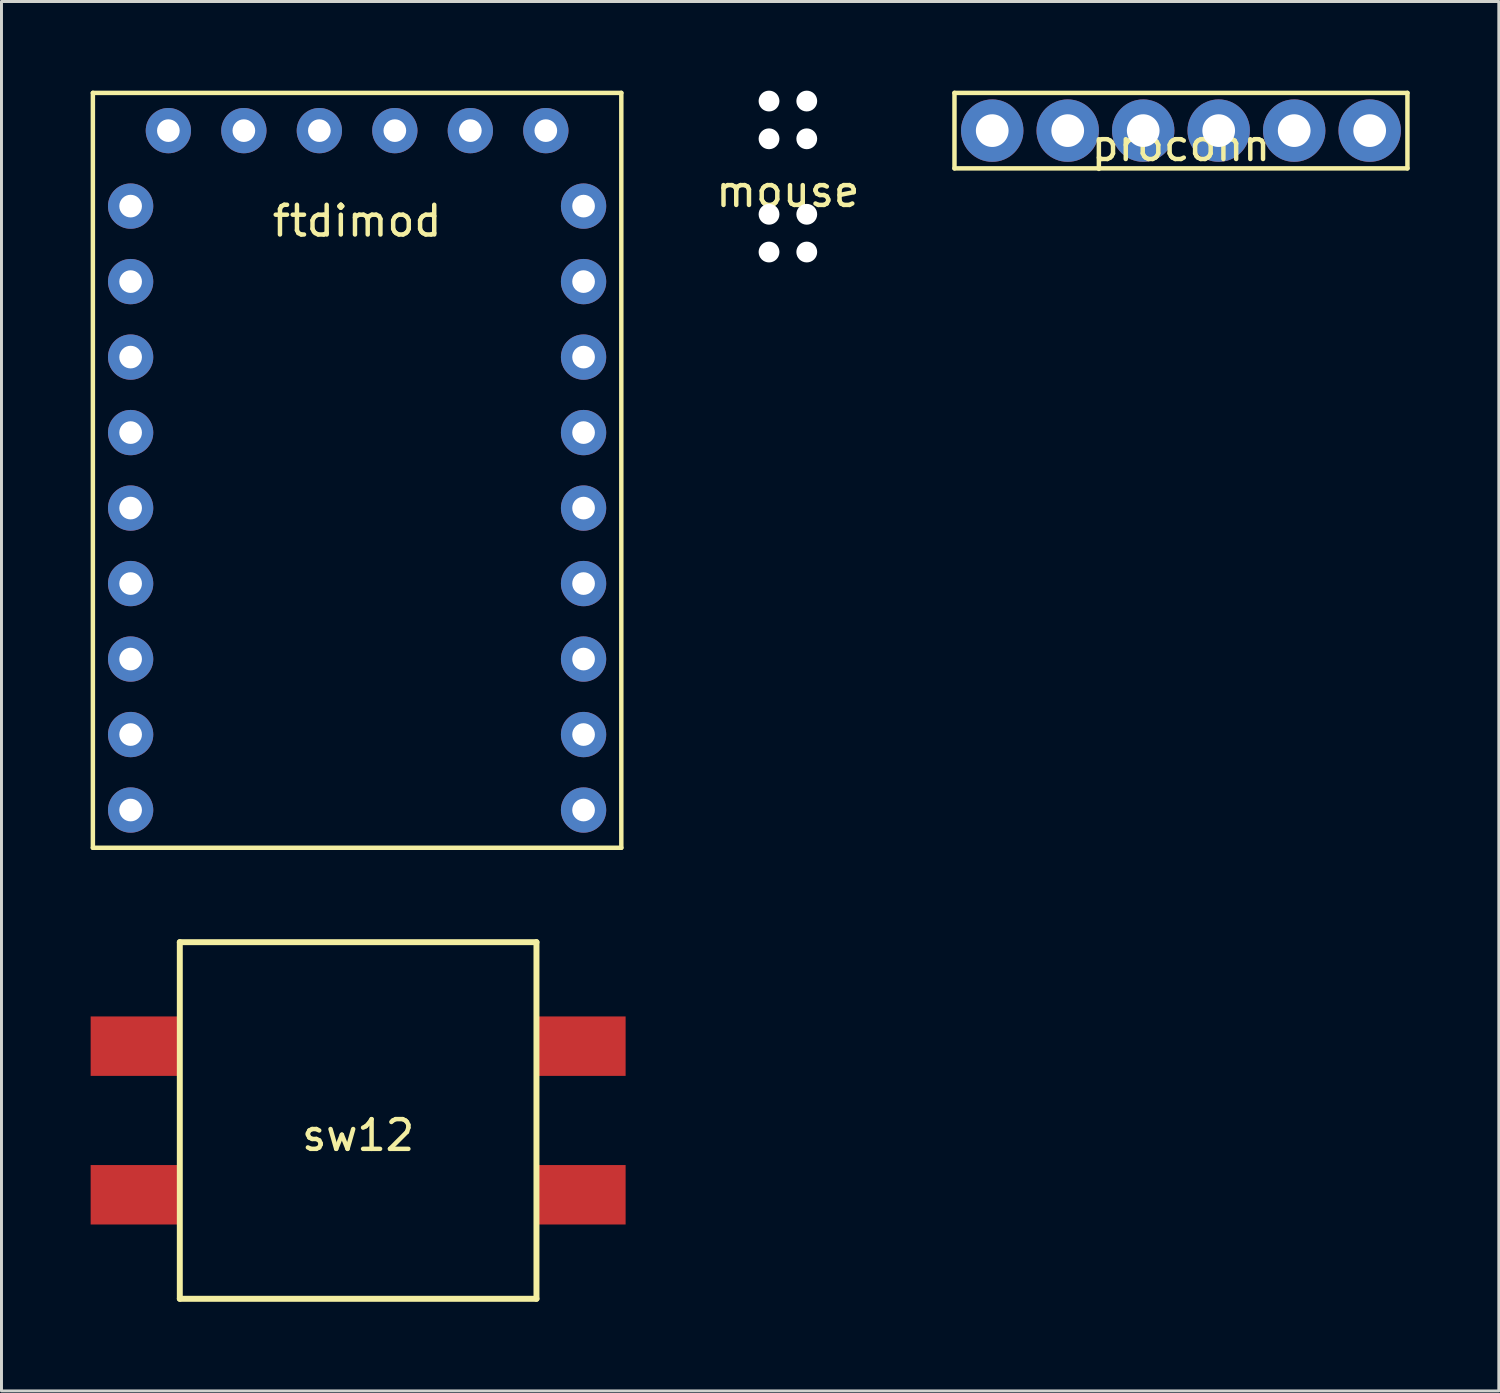
<source format=kicad_pcb>
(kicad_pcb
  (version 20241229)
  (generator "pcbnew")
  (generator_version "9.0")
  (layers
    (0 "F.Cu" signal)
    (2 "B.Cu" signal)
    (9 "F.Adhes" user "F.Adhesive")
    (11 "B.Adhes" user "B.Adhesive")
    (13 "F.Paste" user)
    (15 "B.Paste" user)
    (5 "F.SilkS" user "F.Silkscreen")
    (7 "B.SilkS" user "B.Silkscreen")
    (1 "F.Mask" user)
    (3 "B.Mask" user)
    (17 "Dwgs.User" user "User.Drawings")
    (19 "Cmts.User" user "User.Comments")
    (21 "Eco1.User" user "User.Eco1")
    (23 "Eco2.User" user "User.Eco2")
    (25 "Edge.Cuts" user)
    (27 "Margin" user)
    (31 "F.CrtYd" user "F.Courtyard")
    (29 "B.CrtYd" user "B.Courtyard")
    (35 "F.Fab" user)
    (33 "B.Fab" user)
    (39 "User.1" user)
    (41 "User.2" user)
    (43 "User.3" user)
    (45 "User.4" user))
  (footprint "proconn"
    (layer "F.Cu")
    (at 36.685 1.345)
    (property "Reference" "proconn" (at 0 0.5 0) (layer "F.SilkS") (effects (font (size 1 1) (thickness 0.15))))
    (attr through_hole)
    (fp_line (start -7.62 -1.27) (end 7.62 -1.27) (stroke (width 0.15) (type solid)) (layer "F.SilkS"))
    (fp_line (start -7.62 1.27) (end -7.62 -1.27) (stroke (width 0.15) (type solid)) (layer "F.SilkS"))
    (fp_line (start 7.62 -1.27) (end 7.62 1.27) (stroke (width 0.15) (type solid)) (layer "F.SilkS"))
    (fp_line (start 7.62 1.27) (end -7.62 1.27) (stroke (width 0.15) (type solid)) (layer "F.SilkS"))
    (pad "1" thru_hole circle (at -6.35 0 90) (size 2.1 2.1) (drill 1.1) (layers "*.Cu" "*.Mask"))
    (pad "2" thru_hole circle (at -3.81 0 90) (size 2.1 2.1) (drill 1.1) (layers "*.Cu" "*.Mask"))
    (pad "3" thru_hole circle (at -1.27 0 90) (size 2.1 2.1) (drill 1.1) (layers "*.Cu" "*.Mask"))
    (pad "4" thru_hole circle (at 1.27 0 90) (size 2.1 2.1) (drill 1.1) (layers "*.Cu" "*.Mask"))
    (pad "5" thru_hole circle (at 3.81 0 90) (size 2.1 2.1) (drill 1.1) (layers "*.Cu" "*.Mask"))
    (pad "6" thru_hole circle (at 6.35 0 90) (size 2.1 2.1) (drill 1.1) (layers "*.Cu" "*.Mask")))
  (footprint "sw12"
    (layer "F.Cu")
    (at 9 34.65)
    (property "Reference" "sw12" (at 0 0.5 0) (layer "F.SilkS") (effects (font (size 1 1) (thickness 0.15))))
    (attr through_hole)
    (fp_line (start -6 -6) (end 6 -6) (stroke (width 0.2) (type solid)) (layer "F.SilkS"))
    (fp_line (start -6 6) (end -6 -6) (stroke (width 0.2) (type solid)) (layer "F.SilkS"))
    (fp_line (start 6 -6) (end 6 6) (stroke (width 0.2) (type solid)) (layer "F.SilkS"))
    (fp_line (start 6 6) (end -6 6) (stroke (width 0.2) (type solid)) (layer "F.SilkS"))
    (pad "1" smd rect (at -7.5 -2.5) (size 3 2) (layers "F.Cu" "F.Mask" "F.Paste"))
    (pad "2" smd rect (at -7.5 2.5) (size 3 2) (layers "F.Cu" "F.Mask" "F.Paste"))
    (pad "3" smd rect (at 7.5 2.5) (size 3 2) (layers "F.Cu" "F.Mask" "F.Paste"))
    (pad "4" smd rect (at 7.5 -2.5) (size 3 2) (layers "F.Cu" "F.Mask" "F.Paste")))
  (footprint "mouse"
    (layer "F.Cu")
    (at 23.46 2.89)
    (property "Reference" "mouse" (at 0 0.5 0) (layer "F.SilkS") (effects (font (size 1 1) (thickness 0.15))))
    (attr through_hole)
    (pad "" np_thru_hole circle (at -0.635 -2.54) (size 0.7 0.7) (drill 0.7) (layers "*.Cu" "*.Mask"))
    (pad "" np_thru_hole circle (at -0.635 -1.27) (size 0.7 0.7) (drill 0.7) (layers "*.Cu" "*.Mask"))
    (pad "" np_thru_hole circle (at -0.635 1.27) (size 0.7 0.7) (drill 0.7) (layers "*.Cu" "*.Mask"))
    (pad "" np_thru_hole circle (at -0.635 2.54) (size 0.7 0.7) (drill 0.7) (layers "*.Cu" "*.Mask"))
    (pad "" np_thru_hole circle (at 0.635 -2.54) (size 0.7 0.7) (drill 0.7) (layers "*.Cu" "*.Mask"))
    (pad "" np_thru_hole circle (at 0.635 -1.27) (size 0.7 0.7) (drill 0.7) (layers "*.Cu" "*.Mask"))
    (pad "" np_thru_hole circle (at 0.635 1.27) (size 0.7 0.7) (drill 0.7) (layers "*.Cu" "*.Mask"))
    (pad "" np_thru_hole circle (at 0.635 2.54) (size 0.7 0.7) (drill 0.7) (layers "*.Cu" "*.Mask")))
  (footprint "ftdimod"
    (layer "F.Cu")
    (at 8.965 3.885)
    (property "Reference" "ftdimod" (at 0 0.5 0) (layer "F.SilkS") (effects (font (size 1 1) (thickness 0.15))))
    (attr through_hole)
    (fp_line (start -8.89 -3.81) (end 8.89 -3.81) (stroke (width 0.15) (type solid)) (layer "F.SilkS"))
    (fp_line (start -8.89 21.59) (end -8.89 -3.81) (stroke (width 0.15) (type solid)) (layer "F.SilkS"))
    (fp_line (start 8.89 -3.81) (end 8.89 21.59) (stroke (width 0.15) (type solid)) (layer "F.SilkS"))
    (fp_line (start 8.89 21.59) (end -8.89 21.59) (stroke (width 0.15) (type solid)) (layer "F.SilkS"))
    (pad "1" thru_hole circle (at -7.62 0) (size 1.524 1.524) (drill 0.762) (layers "*.Cu" "*.Mask"))
    (pad "2" thru_hole circle (at -7.62 2.54) (size 1.524 1.524) (drill 0.762) (layers "*.Cu" "*.Mask"))
    (pad "3" thru_hole circle (at -7.62 5.08) (size 1.524 1.524) (drill 0.762) (layers "*.Cu" "*.Mask"))
    (pad "4" thru_hole circle (at -7.62 7.62) (size 1.524 1.524) (drill 0.762) (layers "*.Cu" "*.Mask"))
    (pad "5" thru_hole circle (at -7.62 10.16) (size 1.524 1.524) (drill 0.762) (layers "*.Cu" "*.Mask"))
    (pad "6" thru_hole circle (at -7.62 12.7) (size 1.524 1.524) (drill 0.762) (layers "*.Cu" "*.Mask"))
    (pad "7" thru_hole circle (at -7.62 15.24) (size 1.524 1.524) (drill 0.762) (layers "*.Cu" "*.Mask"))
    (pad "8" thru_hole circle (at -7.62 17.78) (size 1.524 1.524) (drill 0.762) (layers "*.Cu" "*.Mask"))
    (pad "9" thru_hole circle (at -7.62 20.32) (size 1.524 1.524) (drill 0.762) (layers "*.Cu" "*.Mask"))
    (pad "10" thru_hole circle (at 7.62 20.32) (size 1.524 1.524) (drill 0.762) (layers "*.Cu" "*.Mask"))
    (pad "11" thru_hole circle (at 7.62 17.78) (size 1.524 1.524) (drill 0.762) (layers "*.Cu" "*.Mask"))
    (pad "12" thru_hole circle (at 7.62 15.24) (size 1.524 1.524) (drill 0.762) (layers "*.Cu" "*.Mask"))
    (pad "13" thru_hole circle (at 7.62 12.7) (size 1.524 1.524) (drill 0.762) (layers "*.Cu" "*.Mask"))
    (pad "14" thru_hole circle (at 7.62 10.16) (size 1.524 1.524) (drill 0.762) (layers "*.Cu" "*.Mask"))
    (pad "15" thru_hole circle (at 7.62 7.62) (size 1.524 1.524) (drill 0.762) (layers "*.Cu" "*.Mask"))
    (pad "16" thru_hole circle (at 7.62 5.08) (size 1.524 1.524) (drill 0.762) (layers "*.Cu" "*.Mask"))
    (pad "17" thru_hole circle (at 7.62 2.54) (size 1.524 1.524) (drill 0.762) (layers "*.Cu" "*.Mask"))
    (pad "18" thru_hole circle (at 7.62 0) (size 1.524 1.524) (drill 0.762) (layers "*.Cu" "*.Mask"))
    (pad "19" thru_hole circle (at 6.35 -2.54) (size 1.524 1.524) (drill 0.762) (layers "*.Cu" "*.Mask"))
    (pad "20" thru_hole circle (at 3.81 -2.54) (size 1.524 1.524) (drill 0.762) (layers "*.Cu" "*.Mask"))
    (pad "21" thru_hole circle (at 1.27 -2.54) (size 1.524 1.524) (drill 0.762) (layers "*.Cu" "*.Mask"))
    (pad "22" thru_hole circle (at -1.27 -2.54) (size 1.524 1.524) (drill 0.762) (layers "*.Cu" "*.Mask"))
    (pad "23" thru_hole circle (at -3.81 -2.54) (size 1.524 1.524) (drill 0.762) (layers "*.Cu" "*.Mask"))
    (pad "24" thru_hole circle (at -6.35 -2.54) (size 1.524 1.524) (drill 0.762) (layers "*.Cu" "*.Mask")))
  (gr_rect
    (start -3 -3)
    (end 47.38 43.75)
    (stroke (width 0.1) (type default))
    (fill no)
    (layer "Edge.Cuts")))
</source>
